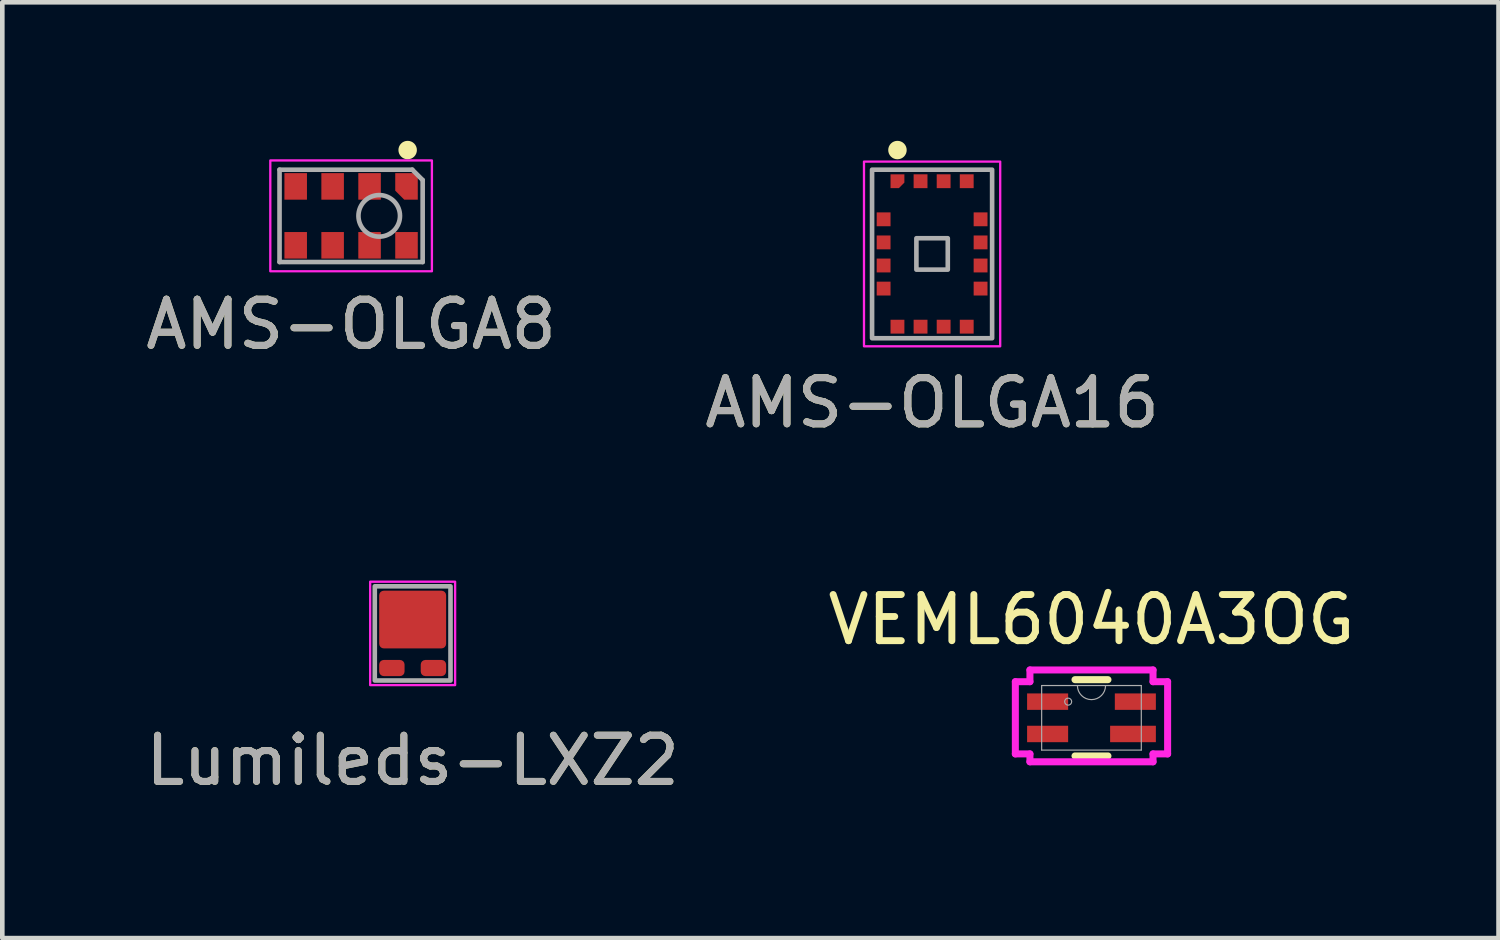
<source format=kicad_pcb>
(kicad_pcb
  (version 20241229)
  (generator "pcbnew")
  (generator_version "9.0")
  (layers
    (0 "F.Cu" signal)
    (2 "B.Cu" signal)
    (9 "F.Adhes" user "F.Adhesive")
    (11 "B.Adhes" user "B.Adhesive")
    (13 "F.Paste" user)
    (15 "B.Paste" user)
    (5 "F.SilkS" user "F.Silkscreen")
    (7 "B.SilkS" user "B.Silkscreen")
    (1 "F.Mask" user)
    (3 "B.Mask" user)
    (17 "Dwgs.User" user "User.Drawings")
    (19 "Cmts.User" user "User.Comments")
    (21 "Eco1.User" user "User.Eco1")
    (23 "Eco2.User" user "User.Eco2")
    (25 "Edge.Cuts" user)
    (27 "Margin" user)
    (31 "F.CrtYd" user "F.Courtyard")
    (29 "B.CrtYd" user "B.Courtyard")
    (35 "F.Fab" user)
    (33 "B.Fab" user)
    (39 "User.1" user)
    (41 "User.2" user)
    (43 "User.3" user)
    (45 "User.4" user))
  (footprint "VEML6040A3OG"
    (layer "F.Cu")
    (at 20.589 12.496)
    (property "Reference" "VEML6040A3OG" (at 0 -2.125 0) (unlocked yes) (layer "F.SilkS") (effects (font (size 1 1) (thickness 0.15))))
    (attr smd)
    (fp_line (start -0.357 0.826) (end 0.357 0.826) (stroke (width 0.152) (type solid)) (layer "F.SilkS"))
    (fp_line (start 0.357 -0.826) (end -0.357 -0.826) (stroke (width 0.152) (type solid)) (layer "F.SilkS"))
    (fp_line (start -1.649 -0.782) (end -1.333 -0.782) (stroke (width 0.152) (type solid)) (layer "F.CrtYd"))
    (fp_line (start -1.649 0.782) (end -1.649 -0.782) (stroke (width 0.152) (type solid)) (layer "F.CrtYd"))
    (fp_line (start -1.649 0.782) (end -1.333 0.782) (stroke (width 0.152) (type solid)) (layer "F.CrtYd"))
    (fp_line (start -1.333 -1.036) (end 1.333 -1.036) (stroke (width 0.152) (type solid)) (layer "F.CrtYd"))
    (fp_line (start -1.333 -0.782) (end -1.333 -1.036) (stroke (width 0.152) (type solid)) (layer "F.CrtYd"))
    (fp_line (start -1.333 0.953) (end -1.333 0.782) (stroke (width 0.152) (type solid)) (layer "F.CrtYd"))
    (fp_line (start 1.333 -1.036) (end 1.333 -0.782) (stroke (width 0.152) (type solid)) (layer "F.CrtYd"))
    (fp_line (start 1.333 0.782) (end 1.333 0.953) (stroke (width 0.152) (type solid)) (layer "F.CrtYd"))
    (fp_line (start 1.333 0.953) (end -1.333 0.953) (stroke (width 0.152) (type solid)) (layer "F.CrtYd"))
    (fp_line (start 1.649 -0.782) (end 1.333 -0.782) (stroke (width 0.152) (type solid)) (layer "F.CrtYd"))
    (fp_line (start 1.649 -0.782) (end 1.649 0.782) (stroke (width 0.152) (type solid)) (layer "F.CrtYd"))
    (fp_line (start 1.649 0.782) (end 1.333 0.782) (stroke (width 0.152) (type solid)) (layer "F.CrtYd"))
    (fp_line (start -1.079 -0.699) (end -1.079 0.699) (stroke (width 0.025) (type solid)) (layer "F.Fab"))
    (fp_line (start -1.079 0.699) (end 1.079 0.699) (stroke (width 0.025) (type solid)) (layer "F.Fab"))
    (fp_line (start 1.079 -0.699) (end -1.079 -0.699) (stroke (width 0.025) (type solid)) (layer "F.Fab"))
    (fp_line (start 1.079 0.699) (end 1.079 -0.699) (stroke (width 0.025) (type solid)) (layer "F.Fab"))
    (fp_arc (start 0.3048 -0.6985) (mid 0 -0.3937) (end -0.3048 -0.6985) (stroke (width 0.0254) (type solid)) (layer "F.Fab"))
    (fp_circle (center -0.505 -0.35) (end -0.429 -0.35) (stroke (width 0.025) (type solid)) (fill no) (layer "F.Fab"))
    (pad "1" smd rect (at -0.95 -0.35) (size 0.889 0.356) (layers "F.Cu" "F.Mask" "F.Paste"))
    (pad "2" smd rect (at -0.95 0.35) (size 0.889 0.356) (layers "F.Cu" "F.Mask" "F.Paste"))
    (pad "3" smd rect (at 0.899 0.35) (size 0.991 0.356) (layers "F.Cu" "F.Mask" "F.Paste"))
    (pad "4" smd rect (at 0.95 -0.35) (size 0.889 0.356) (layers "F.Cu" "F.Mask" "F.Paste")))
  (footprint "AMS-OLGA16"
    (layer "F.Cu")
    (at 17.137 2.45)
    (property "Reference" "AMS-OLGA16" (at 0 3.225 0) (unlocked yes) (layer "F.SilkS") (effects (font (size 1 1) (thickness 0.15))))
    (attr smd)
    (fp_circle (center -0.75 -2.25) (end -0.65 -2.25) (stroke (width 0.2) (type default)) (fill no) (layer "F.SilkS"))
    (fp_rect (start -1.475 -2) (end 1.475 2) (stroke (width 0.05) (type default)) (fill no) (layer "F.CrtYd"))
    (fp_rect (start -1.3 -1.825) (end 1.3 1.825) (stroke (width 0.1) (type default)) (fill no) (layer "F.Fab"))
    (fp_rect (start -0.34 -0.34) (end 0.34 0.34) (stroke (width 0.1) (type default)) (fill no) (layer "F.Fab"))
    (fp_text user "${REFERENCE}" (at 0 3.225 0) (unlocked yes) (layer "F.Fab") (effects (font (size 1 1) (thickness 0.15))))
    (pad "1" smd roundrect (at -0.75 -1.575) (size 0.3 0.3) (layers "F.Cu" "F.Mask" "F.Paste") (roundrect_rratio 0) (chamfer_ratio 0.4) (chamfer bottom_right))
    (pad "2" smd rect (at -0.25 -1.575) (size 0.3 0.3) (layers "F.Cu" "F.Mask" "F.Paste"))
    (pad "3" smd rect (at 0.25 -1.575) (size 0.3 0.3) (layers "F.Cu" "F.Mask" "F.Paste"))
    (pad "4" smd rect (at 0.75 -1.575) (size 0.3 0.3) (layers "F.Cu" "F.Mask" "F.Paste"))
    (pad "5" smd rect (at 1.05 -0.75) (size 0.3 0.3) (layers "F.Cu" "F.Mask" "F.Paste"))
    (pad "6" smd rect (at 1.05 -0.25) (size 0.3 0.3) (layers "F.Cu" "F.Mask" "F.Paste"))
    (pad "7" smd rect (at 1.05 0.25) (size 0.3 0.3) (layers "F.Cu" "F.Mask" "F.Paste"))
    (pad "8" smd rect (at 1.05 0.75) (size 0.3 0.3) (layers "F.Cu" "F.Mask" "F.Paste"))
    (pad "9" smd rect (at 0.75 1.575) (size 0.3 0.3) (layers "F.Cu" "F.Mask" "F.Paste"))
    (pad "10" smd rect (at 0.25 1.575) (size 0.3 0.3) (layers "F.Cu" "F.Mask" "F.Paste"))
    (pad "11" smd rect (at -0.25 1.575) (size 0.3 0.3) (layers "F.Cu" "F.Mask" "F.Paste"))
    (pad "12" smd rect (at -0.75 1.575) (size 0.3 0.3) (layers "F.Cu" "F.Mask" "F.Paste"))
    (pad "13" smd rect (at -1.05 0.75) (size 0.3 0.3) (layers "F.Cu" "F.Mask" "F.Paste"))
    (pad "14" smd rect (at -1.05 0.25) (size 0.3 0.3) (layers "F.Cu" "F.Mask" "F.Paste"))
    (pad "15" smd rect (at -1.05 -0.25) (size 0.3 0.3) (layers "F.Cu" "F.Mask" "F.Paste"))
    (pad "16" smd rect (at -1.05 -0.75) (size 0.3 0.3) (layers "F.Cu" "F.Mask" "F.Paste")))
  (footprint "Lumileds-LXZ2"
    (layer "F.Cu")
    (at 5.887 10.668)
    (property "Reference" "Lumileds-LXZ2" (at 0 2.75 0) (unlocked yes) (layer "F.SilkS") (effects (font (size 1 1) (thickness 0.15))))
    (attr smd)
    (fp_rect (start -0.588 -0.75) (end -0.138 -0.425) (stroke (width 0.12) (type solid)) (fill yes) (layer "F.Paste"))
    (fp_rect (start -0.588 -0.175) (end -0.138 0.15) (stroke (width 0.12) (type solid)) (fill yes) (layer "F.Paste"))
    (fp_rect (start 0.138 -0.75) (end 0.588 -0.425) (stroke (width 0.12) (type solid)) (fill yes) (layer "F.Paste"))
    (fp_rect (start 0.138 -0.175) (end 0.588 0.15) (stroke (width 0.12) (type solid)) (fill yes) (layer "F.Paste"))
    (fp_rect (start -0.92 -1.12) (end 0.92 1.12) (stroke (width 0.05) (type default)) (fill no) (layer "F.CrtYd"))
    (fp_rect (start -0.82 -1.02) (end 0.82 1.02) (stroke (width 0.1) (type default)) (fill no) (layer "F.Fab"))
    (fp_text user "${REFERENCE}" (at 0 2.75 0) (unlocked yes) (layer "F.Fab") (effects (font (size 1 1) (thickness 0.15))))
    (pad "1" smd roundrect (at -0.45 0.75) (size 0.55 0.35) (layers "F.Cu" "F.Mask" "F.Paste") (roundrect_rratio 0.286))
    (pad "2" smd roundrect (at 0.45 0.75) (size 0.55 0.35) (layers "F.Cu" "F.Mask" "F.Paste") (roundrect_rratio 0.286))
    (pad "TH" smd roundrect (at 0 -0.3) (size 1.45 1.25) (property pad_prop_heatsink) (layers "F.Cu" "F.Mask") (roundrect_rratio 0.08)))
  (footprint "AMS-OLGA8"
    (layer "F.Cu")
    (at 4.554 1.625)
    (property "Reference" "AMS-OLGA8" (at 0 2.35 0) (unlocked yes) (layer "F.SilkS") (effects (font (size 1 1) (thickness 0.15))))
    (attr smd)
    (fp_circle (center 1.225 -1.425) (end 1.325 -1.425) (stroke (width 0.2) (type default)) (fill no) (layer "F.SilkS"))
    (fp_rect (start -1.75 -1.2) (end 1.75 1.2) (stroke (width 0.05) (type default)) (fill no) (layer "F.CrtYd"))
    (fp_line (start -1.55 -1) (end -1.55 1) (stroke (width 0.1) (type default)) (layer "F.Fab"))
    (fp_line (start -1.55 1) (end 1.55 1) (stroke (width 0.1) (type default)) (layer "F.Fab"))
    (fp_line (start 1.325 -1) (end -1.55 -1) (stroke (width 0.1) (type default)) (layer "F.Fab"))
    (fp_line (start 1.55 -0.775) (end 1.325 -1) (stroke (width 0.1) (type default)) (layer "F.Fab"))
    (fp_line (start 1.55 1) (end 1.55 -0.775) (stroke (width 0.1) (type default)) (layer "F.Fab"))
    (fp_circle (center 0.609 0) (end 1.059 0) (stroke (width 0.1) (type default)) (fill no) (layer "F.Fab"))
    (fp_text user "${REFERENCE}" (at 0 2.35 0) (unlocked yes) (layer "F.Fab") (effects (font (size 1 1) (thickness 0.15))))
    (pad "1" smd roundrect (at 1.2 -0.638) (size 0.488 0.575) (layers "F.Cu" "F.Mask" "F.Paste") (roundrect_rratio 0) (chamfer_ratio 0.4) (chamfer bottom_left))
    (pad "2" smd rect (at 0.4 -0.638) (size 0.488 0.575) (layers "F.Cu" "F.Mask" "F.Paste"))
    (pad "3" smd rect (at -0.4 -0.638) (size 0.488 0.575) (layers "F.Cu" "F.Mask" "F.Paste"))
    (pad "4" smd rect (at -1.2 -0.638) (size 0.488 0.575) (layers "F.Cu" "F.Mask" "F.Paste"))
    (pad "5" smd rect (at -1.2 0.638) (size 0.488 0.575) (layers "F.Cu" "F.Mask" "F.Paste"))
    (pad "6" smd rect (at -0.4 0.638) (size 0.488 0.575) (layers "F.Cu" "F.Mask" "F.Paste"))
    (pad "7" smd rect (at 0.4 0.638) (size 0.488 0.575) (layers "F.Cu" "F.Mask" "F.Paste"))
    (pad "8" smd rect (at 1.2 0.638) (size 0.488 0.575) (layers "F.Cu" "F.Mask" "F.Paste")))
  (gr_rect
    (start -3 -3)
    (end 29.405 17.267)
    (stroke (width 0.1) (type default))
    (fill no)
    (layer "Edge.Cuts")))
</source>
